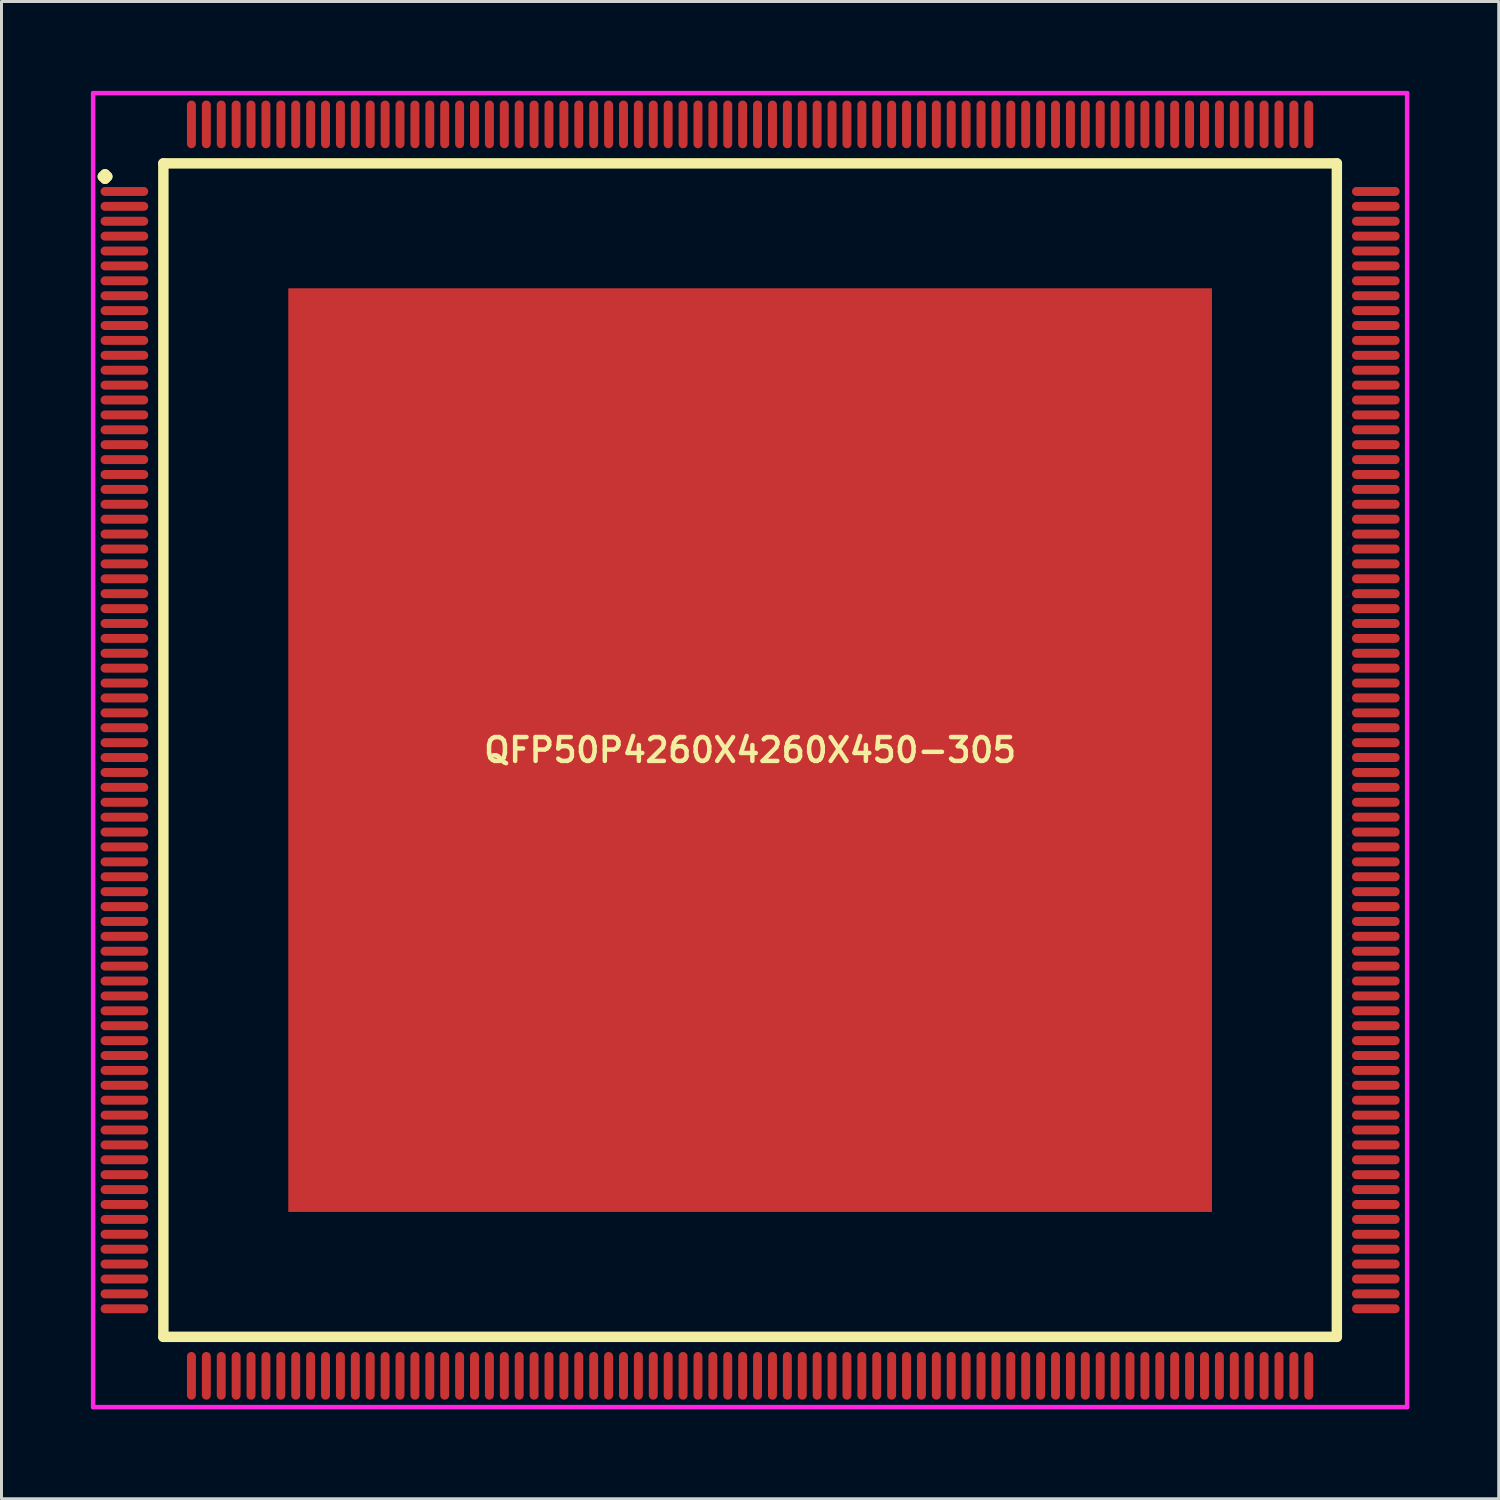
<source format=kicad_pcb>
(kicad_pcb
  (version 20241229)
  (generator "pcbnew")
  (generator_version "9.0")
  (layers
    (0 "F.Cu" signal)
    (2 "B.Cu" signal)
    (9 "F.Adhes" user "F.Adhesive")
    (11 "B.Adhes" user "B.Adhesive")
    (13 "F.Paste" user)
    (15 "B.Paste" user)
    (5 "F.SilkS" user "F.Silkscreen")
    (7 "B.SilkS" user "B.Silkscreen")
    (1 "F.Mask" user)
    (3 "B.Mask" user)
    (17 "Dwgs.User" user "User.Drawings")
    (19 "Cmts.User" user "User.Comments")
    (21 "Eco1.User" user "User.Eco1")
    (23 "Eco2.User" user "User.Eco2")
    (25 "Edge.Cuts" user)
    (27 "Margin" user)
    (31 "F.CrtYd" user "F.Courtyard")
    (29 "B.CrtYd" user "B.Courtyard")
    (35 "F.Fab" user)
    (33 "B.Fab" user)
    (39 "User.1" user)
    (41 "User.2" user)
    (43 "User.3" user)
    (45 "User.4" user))
  (footprint "QFP50P4260X4260X450-305"
    (layer "F.Cu")
    (at 22.125 22.125)
    (property "Reference" "QFP50P4260X4260X450-305" (at 0 0 0) (layer "F.SilkS") (effects (font (size 0.8 0.8) (thickness 0.15))))
    (attr through_hole)
    (fp_line (start -21.725 -19.25) (end -21.65 -19.325) (stroke (width 0.35) (type solid)) (layer "F.SilkS"))
    (fp_line (start -21.65 -19.325) (end -21.575 -19.25) (stroke (width 0.35) (type solid)) (layer "F.SilkS"))
    (fp_line (start -21.65 -19.175) (end -21.725 -19.25) (stroke (width 0.35) (type solid)) (layer "F.SilkS"))
    (fp_line (start -21.575 -19.25) (end -21.65 -19.175) (stroke (width 0.35) (type solid)) (layer "F.SilkS"))
    (fp_line (start -19.692 -19.692) (end -19.692 19.692) (stroke (width 0.35) (type solid)) (layer "F.SilkS"))
    (fp_line (start -19.692 19.692) (end 19.692 19.692) (stroke (width 0.35) (type solid)) (layer "F.SilkS"))
    (fp_line (start 19.692 -19.692) (end -19.692 -19.692) (stroke (width 0.35) (type solid)) (layer "F.SilkS"))
    (fp_line (start 19.692 19.692) (end 19.692 -19.692) (stroke (width 0.35) (type solid)) (layer "F.SilkS"))
    (fp_line (start -22.05 -22.05) (end 22.05 -22.05) (stroke (width 0.15) (type solid)) (layer "F.CrtYd"))
    (fp_line (start -22.05 22.05) (end -22.05 -22.05) (stroke (width 0.15) (type solid)) (layer "F.CrtYd"))
    (fp_line (start 22.05 -22.05) (end 22.05 22.05) (stroke (width 0.15) (type solid)) (layer "F.CrtYd"))
    (fp_line (start 22.05 22.05) (end -22.05 22.05) (stroke (width 0.15) (type solid)) (layer "F.CrtYd"))
    (pad "1" smd oval (at -21 -18.75) (size 1.6 0.3) (layers "F.Cu" "F.Mask" "F.Paste"))
    (pad "2" smd oval (at -21 -18.25) (size 1.6 0.3) (layers "F.Cu" "F.Mask" "F.Paste"))
    (pad "3" smd oval (at -21 -17.75) (size 1.6 0.3) (layers "F.Cu" "F.Mask" "F.Paste"))
    (pad "4" smd oval (at -21 -17.25) (size 1.6 0.3) (layers "F.Cu" "F.Mask" "F.Paste"))
    (pad "5" smd oval (at -21 -16.75) (size 1.6 0.3) (layers "F.Cu" "F.Mask" "F.Paste"))
    (pad "6" smd oval (at -21 -16.25) (size 1.6 0.3) (layers "F.Cu" "F.Mask" "F.Paste"))
    (pad "7" smd oval (at -21 -15.75) (size 1.6 0.3) (layers "F.Cu" "F.Mask" "F.Paste"))
    (pad "8" smd oval (at -21 -15.25) (size 1.6 0.3) (layers "F.Cu" "F.Mask" "F.Paste"))
    (pad "9" smd oval (at -21 -14.75) (size 1.6 0.3) (layers "F.Cu" "F.Mask" "F.Paste"))
    (pad "10" smd oval (at -21 -14.25) (size 1.6 0.3) (layers "F.Cu" "F.Mask" "F.Paste"))
    (pad "11" smd oval (at -21 -13.75) (size 1.6 0.3) (layers "F.Cu" "F.Mask" "F.Paste"))
    (pad "12" smd oval (at -21 -13.25) (size 1.6 0.3) (layers "F.Cu" "F.Mask" "F.Paste"))
    (pad "13" smd oval (at -21 -12.75) (size 1.6 0.3) (layers "F.Cu" "F.Mask" "F.Paste"))
    (pad "14" smd oval (at -21 -12.25) (size 1.6 0.3) (layers "F.Cu" "F.Mask" "F.Paste"))
    (pad "15" smd oval (at -21 -11.75) (size 1.6 0.3) (layers "F.Cu" "F.Mask" "F.Paste"))
    (pad "16" smd oval (at -21 -11.25) (size 1.6 0.3) (layers "F.Cu" "F.Mask" "F.Paste"))
    (pad "17" smd oval (at -21 -10.75) (size 1.6 0.3) (layers "F.Cu" "F.Mask" "F.Paste"))
    (pad "18" smd oval (at -21 -10.25) (size 1.6 0.3) (layers "F.Cu" "F.Mask" "F.Paste"))
    (pad "19" smd oval (at -21 -9.75) (size 1.6 0.3) (layers "F.Cu" "F.Mask" "F.Paste"))
    (pad "20" smd oval (at -21 -9.25) (size 1.6 0.3) (layers "F.Cu" "F.Mask" "F.Paste"))
    (pad "21" smd oval (at -21 -8.75) (size 1.6 0.3) (layers "F.Cu" "F.Mask" "F.Paste"))
    (pad "22" smd oval (at -21 -8.25) (size 1.6 0.3) (layers "F.Cu" "F.Mask" "F.Paste"))
    (pad "23" smd oval (at -21 -7.75) (size 1.6 0.3) (layers "F.Cu" "F.Mask" "F.Paste"))
    (pad "24" smd oval (at -21 -7.25) (size 1.6 0.3) (layers "F.Cu" "F.Mask" "F.Paste"))
    (pad "25" smd oval (at -21 -6.75) (size 1.6 0.3) (layers "F.Cu" "F.Mask" "F.Paste"))
    (pad "26" smd oval (at -21 -6.25) (size 1.6 0.3) (layers "F.Cu" "F.Mask" "F.Paste"))
    (pad "27" smd oval (at -21 -5.75) (size 1.6 0.3) (layers "F.Cu" "F.Mask" "F.Paste"))
    (pad "28" smd oval (at -21 -5.25) (size 1.6 0.3) (layers "F.Cu" "F.Mask" "F.Paste"))
    (pad "29" smd oval (at -21 -4.75) (size 1.6 0.3) (layers "F.Cu" "F.Mask" "F.Paste"))
    (pad "30" smd oval (at -21 -4.25) (size 1.6 0.3) (layers "F.Cu" "F.Mask" "F.Paste"))
    (pad "31" smd oval (at -21 -3.75) (size 1.6 0.3) (layers "F.Cu" "F.Mask" "F.Paste"))
    (pad "32" smd oval (at -21 -3.25) (size 1.6 0.3) (layers "F.Cu" "F.Mask" "F.Paste"))
    (pad "33" smd oval (at -21 -2.75) (size 1.6 0.3) (layers "F.Cu" "F.Mask" "F.Paste"))
    (pad "34" smd oval (at -21 -2.25) (size 1.6 0.3) (layers "F.Cu" "F.Mask" "F.Paste"))
    (pad "35" smd oval (at -21 -1.75) (size 1.6 0.3) (layers "F.Cu" "F.Mask" "F.Paste"))
    (pad "36" smd oval (at -21 -1.25) (size 1.6 0.3) (layers "F.Cu" "F.Mask" "F.Paste"))
    (pad "37" smd oval (at -21 -0.75) (size 1.6 0.3) (layers "F.Cu" "F.Mask" "F.Paste"))
    (pad "38" smd oval (at -21 -0.25) (size 1.6 0.3) (layers "F.Cu" "F.Mask" "F.Paste"))
    (pad "39" smd oval (at -21 0.25) (size 1.6 0.3) (layers "F.Cu" "F.Mask" "F.Paste"))
    (pad "40" smd oval (at -21 0.75) (size 1.6 0.3) (layers "F.Cu" "F.Mask" "F.Paste"))
    (pad "41" smd oval (at -21 1.25) (size 1.6 0.3) (layers "F.Cu" "F.Mask" "F.Paste"))
    (pad "42" smd oval (at -21 1.75) (size 1.6 0.3) (layers "F.Cu" "F.Mask" "F.Paste"))
    (pad "43" smd oval (at -21 2.25) (size 1.6 0.3) (layers "F.Cu" "F.Mask" "F.Paste"))
    (pad "44" smd oval (at -21 2.75) (size 1.6 0.3) (layers "F.Cu" "F.Mask" "F.Paste"))
    (pad "45" smd oval (at -21 3.25) (size 1.6 0.3) (layers "F.Cu" "F.Mask" "F.Paste"))
    (pad "46" smd oval (at -21 3.75) (size 1.6 0.3) (layers "F.Cu" "F.Mask" "F.Paste"))
    (pad "47" smd oval (at -21 4.25) (size 1.6 0.3) (layers "F.Cu" "F.Mask" "F.Paste"))
    (pad "48" smd oval (at -21 4.75) (size 1.6 0.3) (layers "F.Cu" "F.Mask" "F.Paste"))
    (pad "49" smd oval (at -21 5.25) (size 1.6 0.3) (layers "F.Cu" "F.Mask" "F.Paste"))
    (pad "50" smd oval (at -21 5.75) (size 1.6 0.3) (layers "F.Cu" "F.Mask" "F.Paste"))
    (pad "51" smd oval (at -21 6.25) (size 1.6 0.3) (layers "F.Cu" "F.Mask" "F.Paste"))
    (pad "52" smd oval (at -21 6.75) (size 1.6 0.3) (layers "F.Cu" "F.Mask" "F.Paste"))
    (pad "53" smd oval (at -21 7.25) (size 1.6 0.3) (layers "F.Cu" "F.Mask" "F.Paste"))
    (pad "54" smd oval (at -21 7.75) (size 1.6 0.3) (layers "F.Cu" "F.Mask" "F.Paste"))
    (pad "55" smd oval (at -21 8.25) (size 1.6 0.3) (layers "F.Cu" "F.Mask" "F.Paste"))
    (pad "56" smd oval (at -21 8.75) (size 1.6 0.3) (layers "F.Cu" "F.Mask" "F.Paste"))
    (pad "57" smd oval (at -21 9.25) (size 1.6 0.3) (layers "F.Cu" "F.Mask" "F.Paste"))
    (pad "58" smd oval (at -21 9.75) (size 1.6 0.3) (layers "F.Cu" "F.Mask" "F.Paste"))
    (pad "59" smd oval (at -21 10.25) (size 1.6 0.3) (layers "F.Cu" "F.Mask" "F.Paste"))
    (pad "60" smd oval (at -21 10.75) (size 1.6 0.3) (layers "F.Cu" "F.Mask" "F.Paste"))
    (pad "61" smd oval (at -21 11.25) (size 1.6 0.3) (layers "F.Cu" "F.Mask" "F.Paste"))
    (pad "62" smd oval (at -21 11.75) (size 1.6 0.3) (layers "F.Cu" "F.Mask" "F.Paste"))
    (pad "63" smd oval (at -21 12.25) (size 1.6 0.3) (layers "F.Cu" "F.Mask" "F.Paste"))
    (pad "64" smd oval (at -21 12.75) (size 1.6 0.3) (layers "F.Cu" "F.Mask" "F.Paste"))
    (pad "65" smd oval (at -21 13.25) (size 1.6 0.3) (layers "F.Cu" "F.Mask" "F.Paste"))
    (pad "66" smd oval (at -21 13.75) (size 1.6 0.3) (layers "F.Cu" "F.Mask" "F.Paste"))
    (pad "67" smd oval (at -21 14.25) (size 1.6 0.3) (layers "F.Cu" "F.Mask" "F.Paste"))
    (pad "68" smd oval (at -21 14.75) (size 1.6 0.3) (layers "F.Cu" "F.Mask" "F.Paste"))
    (pad "69" smd oval (at -21 15.25) (size 1.6 0.3) (layers "F.Cu" "F.Mask" "F.Paste"))
    (pad "70" smd oval (at -21 15.75) (size 1.6 0.3) (layers "F.Cu" "F.Mask" "F.Paste"))
    (pad "71" smd oval (at -21 16.25) (size 1.6 0.3) (layers "F.Cu" "F.Mask" "F.Paste"))
    (pad "72" smd oval (at -21 16.75) (size 1.6 0.3) (layers "F.Cu" "F.Mask" "F.Paste"))
    (pad "73" smd oval (at -21 17.25) (size 1.6 0.3) (layers "F.Cu" "F.Mask" "F.Paste"))
    (pad "74" smd oval (at -21 17.75) (size 1.6 0.3) (layers "F.Cu" "F.Mask" "F.Paste"))
    (pad "75" smd oval (at -21 18.25) (size 1.6 0.3) (layers "F.Cu" "F.Mask" "F.Paste"))
    (pad "76" smd oval (at -21 18.75) (size 1.6 0.3) (layers "F.Cu" "F.Mask" "F.Paste"))
    (pad "77" smd oval (at -18.75 21) (size 0.3 1.6) (layers "F.Cu" "F.Mask" "F.Paste"))
    (pad "78" smd oval (at -18.25 21) (size 0.3 1.6) (layers "F.Cu" "F.Mask" "F.Paste"))
    (pad "79" smd oval (at -17.75 21) (size 0.3 1.6) (layers "F.Cu" "F.Mask" "F.Paste"))
    (pad "80" smd oval (at -17.25 21) (size 0.3 1.6) (layers "F.Cu" "F.Mask" "F.Paste"))
    (pad "81" smd oval (at -16.75 21) (size 0.3 1.6) (layers "F.Cu" "F.Mask" "F.Paste"))
    (pad "82" smd oval (at -16.25 21) (size 0.3 1.6) (layers "F.Cu" "F.Mask" "F.Paste"))
    (pad "83" smd oval (at -15.75 21) (size 0.3 1.6) (layers "F.Cu" "F.Mask" "F.Paste"))
    (pad "84" smd oval (at -15.25 21) (size 0.3 1.6) (layers "F.Cu" "F.Mask" "F.Paste"))
    (pad "85" smd oval (at -14.75 21) (size 0.3 1.6) (layers "F.Cu" "F.Mask" "F.Paste"))
    (pad "86" smd oval (at -14.25 21) (size 0.3 1.6) (layers "F.Cu" "F.Mask" "F.Paste"))
    (pad "87" smd oval (at -13.75 21) (size 0.3 1.6) (layers "F.Cu" "F.Mask" "F.Paste"))
    (pad "88" smd oval (at -13.25 21) (size 0.3 1.6) (layers "F.Cu" "F.Mask" "F.Paste"))
    (pad "89" smd oval (at -12.75 21) (size 0.3 1.6) (layers "F.Cu" "F.Mask" "F.Paste"))
    (pad "90" smd oval (at -12.25 21) (size 0.3 1.6) (layers "F.Cu" "F.Mask" "F.Paste"))
    (pad "91" smd oval (at -11.75 21) (size 0.3 1.6) (layers "F.Cu" "F.Mask" "F.Paste"))
    (pad "92" smd oval (at -11.25 21) (size 0.3 1.6) (layers "F.Cu" "F.Mask" "F.Paste"))
    (pad "93" smd oval (at -10.75 21) (size 0.3 1.6) (layers "F.Cu" "F.Mask" "F.Paste"))
    (pad "94" smd oval (at -10.25 21) (size 0.3 1.6) (layers "F.Cu" "F.Mask" "F.Paste"))
    (pad "95" smd oval (at -9.75 21) (size 0.3 1.6) (layers "F.Cu" "F.Mask" "F.Paste"))
    (pad "96" smd oval (at -9.25 21) (size 0.3 1.6) (layers "F.Cu" "F.Mask" "F.Paste"))
    (pad "97" smd oval (at -8.75 21) (size 0.3 1.6) (layers "F.Cu" "F.Mask" "F.Paste"))
    (pad "98" smd oval (at -8.25 21) (size 0.3 1.6) (layers "F.Cu" "F.Mask" "F.Paste"))
    (pad "99" smd oval (at -7.75 21) (size 0.3 1.6) (layers "F.Cu" "F.Mask" "F.Paste"))
    (pad "100" smd oval (at -7.25 21) (size 0.3 1.6) (layers "F.Cu" "F.Mask" "F.Paste"))
    (pad "101" smd oval (at -6.75 21) (size 0.3 1.6) (layers "F.Cu" "F.Mask" "F.Paste"))
    (pad "102" smd oval (at -6.25 21) (size 0.3 1.6) (layers "F.Cu" "F.Mask" "F.Paste"))
    (pad "103" smd oval (at -5.75 21) (size 0.3 1.6) (layers "F.Cu" "F.Mask" "F.Paste"))
    (pad "104" smd oval (at -5.25 21) (size 0.3 1.6) (layers "F.Cu" "F.Mask" "F.Paste"))
    (pad "105" smd oval (at -4.75 21) (size 0.3 1.6) (layers "F.Cu" "F.Mask" "F.Paste"))
    (pad "106" smd oval (at -4.25 21) (size 0.3 1.6) (layers "F.Cu" "F.Mask" "F.Paste"))
    (pad "107" smd oval (at -3.75 21) (size 0.3 1.6) (layers "F.Cu" "F.Mask" "F.Paste"))
    (pad "108" smd oval (at -3.25 21) (size 0.3 1.6) (layers "F.Cu" "F.Mask" "F.Paste"))
    (pad "109" smd oval (at -2.75 21) (size 0.3 1.6) (layers "F.Cu" "F.Mask" "F.Paste"))
    (pad "110" smd oval (at -2.25 21) (size 0.3 1.6) (layers "F.Cu" "F.Mask" "F.Paste"))
    (pad "111" smd oval (at -1.75 21) (size 0.3 1.6) (layers "F.Cu" "F.Mask" "F.Paste"))
    (pad "112" smd oval (at -1.25 21) (size 0.3 1.6) (layers "F.Cu" "F.Mask" "F.Paste"))
    (pad "113" smd oval (at -0.75 21) (size 0.3 1.6) (layers "F.Cu" "F.Mask" "F.Paste"))
    (pad "114" smd oval (at -0.25 21) (size 0.3 1.6) (layers "F.Cu" "F.Mask" "F.Paste"))
    (pad "115" smd oval (at 0.25 21) (size 0.3 1.6) (layers "F.Cu" "F.Mask" "F.Paste"))
    (pad "116" smd oval (at 0.75 21) (size 0.3 1.6) (layers "F.Cu" "F.Mask" "F.Paste"))
    (pad "117" smd oval (at 1.25 21) (size 0.3 1.6) (layers "F.Cu" "F.Mask" "F.Paste"))
    (pad "118" smd oval (at 1.75 21) (size 0.3 1.6) (layers "F.Cu" "F.Mask" "F.Paste"))
    (pad "119" smd oval (at 2.25 21) (size 0.3 1.6) (layers "F.Cu" "F.Mask" "F.Paste"))
    (pad "120" smd oval (at 2.75 21) (size 0.3 1.6) (layers "F.Cu" "F.Mask" "F.Paste"))
    (pad "121" smd oval (at 3.25 21) (size 0.3 1.6) (layers "F.Cu" "F.Mask" "F.Paste"))
    (pad "122" smd oval (at 3.75 21) (size 0.3 1.6) (layers "F.Cu" "F.Mask" "F.Paste"))
    (pad "123" smd oval (at 4.25 21) (size 0.3 1.6) (layers "F.Cu" "F.Mask" "F.Paste"))
    (pad "124" smd oval (at 4.75 21) (size 0.3 1.6) (layers "F.Cu" "F.Mask" "F.Paste"))
    (pad "125" smd oval (at 5.25 21) (size 0.3 1.6) (layers "F.Cu" "F.Mask" "F.Paste"))
    (pad "126" smd oval (at 5.75 21) (size 0.3 1.6) (layers "F.Cu" "F.Mask" "F.Paste"))
    (pad "127" smd oval (at 6.25 21) (size 0.3 1.6) (layers "F.Cu" "F.Mask" "F.Paste"))
    (pad "128" smd oval (at 6.75 21) (size 0.3 1.6) (layers "F.Cu" "F.Mask" "F.Paste"))
    (pad "129" smd oval (at 7.25 21) (size 0.3 1.6) (layers "F.Cu" "F.Mask" "F.Paste"))
    (pad "130" smd oval (at 7.75 21) (size 0.3 1.6) (layers "F.Cu" "F.Mask" "F.Paste"))
    (pad "131" smd oval (at 8.25 21) (size 0.3 1.6) (layers "F.Cu" "F.Mask" "F.Paste"))
    (pad "132" smd oval (at 8.75 21) (size 0.3 1.6) (layers "F.Cu" "F.Mask" "F.Paste"))
    (pad "133" smd oval (at 9.25 21) (size 0.3 1.6) (layers "F.Cu" "F.Mask" "F.Paste"))
    (pad "134" smd oval (at 9.75 21) (size 0.3 1.6) (layers "F.Cu" "F.Mask" "F.Paste"))
    (pad "135" smd oval (at 10.25 21) (size 0.3 1.6) (layers "F.Cu" "F.Mask" "F.Paste"))
    (pad "136" smd oval (at 10.75 21) (size 0.3 1.6) (layers "F.Cu" "F.Mask" "F.Paste"))
    (pad "137" smd oval (at 11.25 21) (size 0.3 1.6) (layers "F.Cu" "F.Mask" "F.Paste"))
    (pad "138" smd oval (at 11.75 21) (size 0.3 1.6) (layers "F.Cu" "F.Mask" "F.Paste"))
    (pad "139" smd oval (at 12.25 21) (size 0.3 1.6) (layers "F.Cu" "F.Mask" "F.Paste"))
    (pad "140" smd oval (at 12.75 21) (size 0.3 1.6) (layers "F.Cu" "F.Mask" "F.Paste"))
    (pad "141" smd oval (at 13.25 21) (size 0.3 1.6) (layers "F.Cu" "F.Mask" "F.Paste"))
    (pad "142" smd oval (at 13.75 21) (size 0.3 1.6) (layers "F.Cu" "F.Mask" "F.Paste"))
    (pad "143" smd oval (at 14.25 21) (size 0.3 1.6) (layers "F.Cu" "F.Mask" "F.Paste"))
    (pad "144" smd oval (at 14.75 21) (size 0.3 1.6) (layers "F.Cu" "F.Mask" "F.Paste"))
    (pad "145" smd oval (at 15.25 21) (size 0.3 1.6) (layers "F.Cu" "F.Mask" "F.Paste"))
    (pad "146" smd oval (at 15.75 21) (size 0.3 1.6) (layers "F.Cu" "F.Mask" "F.Paste"))
    (pad "147" smd oval (at 16.25 21) (size 0.3 1.6) (layers "F.Cu" "F.Mask" "F.Paste"))
    (pad "148" smd oval (at 16.75 21) (size 0.3 1.6) (layers "F.Cu" "F.Mask" "F.Paste"))
    (pad "149" smd oval (at 17.25 21) (size 0.3 1.6) (layers "F.Cu" "F.Mask" "F.Paste"))
    (pad "150" smd oval (at 17.75 21) (size 0.3 1.6) (layers "F.Cu" "F.Mask" "F.Paste"))
    (pad "151" smd oval (at 18.25 21) (size 0.3 1.6) (layers "F.Cu" "F.Mask" "F.Paste"))
    (pad "152" smd oval (at 18.75 21) (size 0.3 1.6) (layers "F.Cu" "F.Mask" "F.Paste"))
    (pad "153" smd oval (at 21 18.75) (size 1.6 0.3) (layers "F.Cu" "F.Mask" "F.Paste"))
    (pad "154" smd oval (at 21 18.25) (size 1.6 0.3) (layers "F.Cu" "F.Mask" "F.Paste"))
    (pad "155" smd oval (at 21 17.75) (size 1.6 0.3) (layers "F.Cu" "F.Mask" "F.Paste"))
    (pad "156" smd oval (at 21 17.25) (size 1.6 0.3) (layers "F.Cu" "F.Mask" "F.Paste"))
    (pad "157" smd oval (at 21 16.75) (size 1.6 0.3) (layers "F.Cu" "F.Mask" "F.Paste"))
    (pad "158" smd oval (at 21 16.25) (size 1.6 0.3) (layers "F.Cu" "F.Mask" "F.Paste"))
    (pad "159" smd oval (at 21 15.75) (size 1.6 0.3) (layers "F.Cu" "F.Mask" "F.Paste"))
    (pad "160" smd oval (at 21 15.25) (size 1.6 0.3) (layers "F.Cu" "F.Mask" "F.Paste"))
    (pad "161" smd oval (at 21 14.75) (size 1.6 0.3) (layers "F.Cu" "F.Mask" "F.Paste"))
    (pad "162" smd oval (at 21 14.25) (size 1.6 0.3) (layers "F.Cu" "F.Mask" "F.Paste"))
    (pad "163" smd oval (at 21 13.75) (size 1.6 0.3) (layers "F.Cu" "F.Mask" "F.Paste"))
    (pad "164" smd oval (at 21 13.25) (size 1.6 0.3) (layers "F.Cu" "F.Mask" "F.Paste"))
    (pad "165" smd oval (at 21 12.75) (size 1.6 0.3) (layers "F.Cu" "F.Mask" "F.Paste"))
    (pad "166" smd oval (at 21 12.25) (size 1.6 0.3) (layers "F.Cu" "F.Mask" "F.Paste"))
    (pad "167" smd oval (at 21 11.75) (size 1.6 0.3) (layers "F.Cu" "F.Mask" "F.Paste"))
    (pad "168" smd oval (at 21 11.25) (size 1.6 0.3) (layers "F.Cu" "F.Mask" "F.Paste"))
    (pad "169" smd oval (at 21 10.75) (size 1.6 0.3) (layers "F.Cu" "F.Mask" "F.Paste"))
    (pad "170" smd oval (at 21 10.25) (size 1.6 0.3) (layers "F.Cu" "F.Mask" "F.Paste"))
    (pad "171" smd oval (at 21 9.75) (size 1.6 0.3) (layers "F.Cu" "F.Mask" "F.Paste"))
    (pad "172" smd oval (at 21 9.25) (size 1.6 0.3) (layers "F.Cu" "F.Mask" "F.Paste"))
    (pad "173" smd oval (at 21 8.75) (size 1.6 0.3) (layers "F.Cu" "F.Mask" "F.Paste"))
    (pad "174" smd oval (at 21 8.25) (size 1.6 0.3) (layers "F.Cu" "F.Mask" "F.Paste"))
    (pad "175" smd oval (at 21 7.75) (size 1.6 0.3) (layers "F.Cu" "F.Mask" "F.Paste"))
    (pad "176" smd oval (at 21 7.25) (size 1.6 0.3) (layers "F.Cu" "F.Mask" "F.Paste"))
    (pad "177" smd oval (at 21 6.75) (size 1.6 0.3) (layers "F.Cu" "F.Mask" "F.Paste"))
    (pad "178" smd oval (at 21 6.25) (size 1.6 0.3) (layers "F.Cu" "F.Mask" "F.Paste"))
    (pad "179" smd oval (at 21 5.75) (size 1.6 0.3) (layers "F.Cu" "F.Mask" "F.Paste"))
    (pad "180" smd oval (at 21 5.25) (size 1.6 0.3) (layers "F.Cu" "F.Mask" "F.Paste"))
    (pad "181" smd oval (at 21 4.75) (size 1.6 0.3) (layers "F.Cu" "F.Mask" "F.Paste"))
    (pad "182" smd oval (at 21 4.25) (size 1.6 0.3) (layers "F.Cu" "F.Mask" "F.Paste"))
    (pad "183" smd oval (at 21 3.75) (size 1.6 0.3) (layers "F.Cu" "F.Mask" "F.Paste"))
    (pad "184" smd oval (at 21 3.25) (size 1.6 0.3) (layers "F.Cu" "F.Mask" "F.Paste"))
    (pad "185" smd oval (at 21 2.75) (size 1.6 0.3) (layers "F.Cu" "F.Mask" "F.Paste"))
    (pad "186" smd oval (at 21 2.25) (size 1.6 0.3) (layers "F.Cu" "F.Mask" "F.Paste"))
    (pad "187" smd oval (at 21 1.75) (size 1.6 0.3) (layers "F.Cu" "F.Mask" "F.Paste"))
    (pad "188" smd oval (at 21 1.25) (size 1.6 0.3) (layers "F.Cu" "F.Mask" "F.Paste"))
    (pad "189" smd oval (at 21 0.75) (size 1.6 0.3) (layers "F.Cu" "F.Mask" "F.Paste"))
    (pad "190" smd oval (at 21 0.25) (size 1.6 0.3) (layers "F.Cu" "F.Mask" "F.Paste"))
    (pad "191" smd oval (at 21 -0.25) (size 1.6 0.3) (layers "F.Cu" "F.Mask" "F.Paste"))
    (pad "192" smd oval (at 21 -0.75) (size 1.6 0.3) (layers "F.Cu" "F.Mask" "F.Paste"))
    (pad "193" smd oval (at 21 -1.25) (size 1.6 0.3) (layers "F.Cu" "F.Mask" "F.Paste"))
    (pad "194" smd oval (at 21 -1.75) (size 1.6 0.3) (layers "F.Cu" "F.Mask" "F.Paste"))
    (pad "195" smd oval (at 21 -2.25) (size 1.6 0.3) (layers "F.Cu" "F.Mask" "F.Paste"))
    (pad "196" smd oval (at 21 -2.75) (size 1.6 0.3) (layers "F.Cu" "F.Mask" "F.Paste"))
    (pad "197" smd oval (at 21 -3.25) (size 1.6 0.3) (layers "F.Cu" "F.Mask" "F.Paste"))
    (pad "198" smd oval (at 21 -3.75) (size 1.6 0.3) (layers "F.Cu" "F.Mask" "F.Paste"))
    (pad "199" smd oval (at 21 -4.25) (size 1.6 0.3) (layers "F.Cu" "F.Mask" "F.Paste"))
    (pad "200" smd oval (at 21 -4.75) (size 1.6 0.3) (layers "F.Cu" "F.Mask" "F.Paste"))
    (pad "201" smd oval (at 21 -5.25) (size 1.6 0.3) (layers "F.Cu" "F.Mask" "F.Paste"))
    (pad "202" smd oval (at 21 -5.75) (size 1.6 0.3) (layers "F.Cu" "F.Mask" "F.Paste"))
    (pad "203" smd oval (at 21 -6.25) (size 1.6 0.3) (layers "F.Cu" "F.Mask" "F.Paste"))
    (pad "204" smd oval (at 21 -6.75) (size 1.6 0.3) (layers "F.Cu" "F.Mask" "F.Paste"))
    (pad "205" smd oval (at 21 -7.25) (size 1.6 0.3) (layers "F.Cu" "F.Mask" "F.Paste"))
    (pad "206" smd oval (at 21 -7.75) (size 1.6 0.3) (layers "F.Cu" "F.Mask" "F.Paste"))
    (pad "207" smd oval (at 21 -8.25) (size 1.6 0.3) (layers "F.Cu" "F.Mask" "F.Paste"))
    (pad "208" smd oval (at 21 -8.75) (size 1.6 0.3) (layers "F.Cu" "F.Mask" "F.Paste"))
    (pad "209" smd oval (at 21 -9.25) (size 1.6 0.3) (layers "F.Cu" "F.Mask" "F.Paste"))
    (pad "210" smd oval (at 21 -9.75) (size 1.6 0.3) (layers "F.Cu" "F.Mask" "F.Paste"))
    (pad "211" smd oval (at 21 -10.25) (size 1.6 0.3) (layers "F.Cu" "F.Mask" "F.Paste"))
    (pad "212" smd oval (at 21 -10.75) (size 1.6 0.3) (layers "F.Cu" "F.Mask" "F.Paste"))
    (pad "213" smd oval (at 21 -11.25) (size 1.6 0.3) (layers "F.Cu" "F.Mask" "F.Paste"))
    (pad "214" smd oval (at 21 -11.75) (size 1.6 0.3) (layers "F.Cu" "F.Mask" "F.Paste"))
    (pad "215" smd oval (at 21 -12.25) (size 1.6 0.3) (layers "F.Cu" "F.Mask" "F.Paste"))
    (pad "216" smd oval (at 21 -12.75) (size 1.6 0.3) (layers "F.Cu" "F.Mask" "F.Paste"))
    (pad "217" smd oval (at 21 -13.25) (size 1.6 0.3) (layers "F.Cu" "F.Mask" "F.Paste"))
    (pad "218" smd oval (at 21 -13.75) (size 1.6 0.3) (layers "F.Cu" "F.Mask" "F.Paste"))
    (pad "219" smd oval (at 21 -14.25) (size 1.6 0.3) (layers "F.Cu" "F.Mask" "F.Paste"))
    (pad "220" smd oval (at 21 -14.75) (size 1.6 0.3) (layers "F.Cu" "F.Mask" "F.Paste"))
    (pad "221" smd oval (at 21 -15.25) (size 1.6 0.3) (layers "F.Cu" "F.Mask" "F.Paste"))
    (pad "222" smd oval (at 21 -15.75) (size 1.6 0.3) (layers "F.Cu" "F.Mask" "F.Paste"))
    (pad "223" smd oval (at 21 -16.25) (size 1.6 0.3) (layers "F.Cu" "F.Mask" "F.Paste"))
    (pad "224" smd oval (at 21 -16.75) (size 1.6 0.3) (layers "F.Cu" "F.Mask" "F.Paste"))
    (pad "225" smd oval (at 21 -17.25) (size 1.6 0.3) (layers "F.Cu" "F.Mask" "F.Paste"))
    (pad "226" smd oval (at 21 -17.75) (size 1.6 0.3) (layers "F.Cu" "F.Mask" "F.Paste"))
    (pad "227" smd oval (at 21 -18.25) (size 1.6 0.3) (layers "F.Cu" "F.Mask" "F.Paste"))
    (pad "228" smd oval (at 21 -18.75) (size 1.6 0.3) (layers "F.Cu" "F.Mask" "F.Paste"))
    (pad "229" smd oval (at 18.75 -21) (size 0.3 1.6) (layers "F.Cu" "F.Mask" "F.Paste"))
    (pad "230" smd oval (at 18.25 -21) (size 0.3 1.6) (layers "F.Cu" "F.Mask" "F.Paste"))
    (pad "231" smd oval (at 17.75 -21) (size 0.3 1.6) (layers "F.Cu" "F.Mask" "F.Paste"))
    (pad "232" smd oval (at 17.25 -21) (size 0.3 1.6) (layers "F.Cu" "F.Mask" "F.Paste"))
    (pad "233" smd oval (at 16.75 -21) (size 0.3 1.6) (layers "F.Cu" "F.Mask" "F.Paste"))
    (pad "234" smd oval (at 16.25 -21) (size 0.3 1.6) (layers "F.Cu" "F.Mask" "F.Paste"))
    (pad "235" smd oval (at 15.75 -21) (size 0.3 1.6) (layers "F.Cu" "F.Mask" "F.Paste"))
    (pad "236" smd oval (at 15.25 -21) (size 0.3 1.6) (layers "F.Cu" "F.Mask" "F.Paste"))
    (pad "237" smd oval (at 14.75 -21) (size 0.3 1.6) (layers "F.Cu" "F.Mask" "F.Paste"))
    (pad "238" smd oval (at 14.25 -21) (size 0.3 1.6) (layers "F.Cu" "F.Mask" "F.Paste"))
    (pad "239" smd oval (at 13.75 -21) (size 0.3 1.6) (layers "F.Cu" "F.Mask" "F.Paste"))
    (pad "240" smd oval (at 13.25 -21) (size 0.3 1.6) (layers "F.Cu" "F.Mask" "F.Paste"))
    (pad "241" smd oval (at 12.75 -21) (size 0.3 1.6) (layers "F.Cu" "F.Mask" "F.Paste"))
    (pad "242" smd oval (at 12.25 -21) (size 0.3 1.6) (layers "F.Cu" "F.Mask" "F.Paste"))
    (pad "243" smd oval (at 11.75 -21) (size 0.3 1.6) (layers "F.Cu" "F.Mask" "F.Paste"))
    (pad "244" smd oval (at 11.25 -21) (size 0.3 1.6) (layers "F.Cu" "F.Mask" "F.Paste"))
    (pad "245" smd oval (at 10.75 -21) (size 0.3 1.6) (layers "F.Cu" "F.Mask" "F.Paste"))
    (pad "246" smd oval (at 10.25 -21) (size 0.3 1.6) (layers "F.Cu" "F.Mask" "F.Paste"))
    (pad "247" smd oval (at 9.75 -21) (size 0.3 1.6) (layers "F.Cu" "F.Mask" "F.Paste"))
    (pad "248" smd oval (at 9.25 -21) (size 0.3 1.6) (layers "F.Cu" "F.Mask" "F.Paste"))
    (pad "249" smd oval (at 8.75 -21) (size 0.3 1.6) (layers "F.Cu" "F.Mask" "F.Paste"))
    (pad "250" smd oval (at 8.25 -21) (size 0.3 1.6) (layers "F.Cu" "F.Mask" "F.Paste"))
    (pad "251" smd oval (at 7.75 -21) (size 0.3 1.6) (layers "F.Cu" "F.Mask" "F.Paste"))
    (pad "252" smd oval (at 7.25 -21) (size 0.3 1.6) (layers "F.Cu" "F.Mask" "F.Paste"))
    (pad "253" smd oval (at 6.75 -21) (size 0.3 1.6) (layers "F.Cu" "F.Mask" "F.Paste"))
    (pad "254" smd oval (at 6.25 -21) (size 0.3 1.6) (layers "F.Cu" "F.Mask" "F.Paste"))
    (pad "255" smd oval (at 5.75 -21) (size 0.3 1.6) (layers "F.Cu" "F.Mask" "F.Paste"))
    (pad "256" smd oval (at 5.25 -21) (size 0.3 1.6) (layers "F.Cu" "F.Mask" "F.Paste"))
    (pad "257" smd oval (at 4.75 -21) (size 0.3 1.6) (layers "F.Cu" "F.Mask" "F.Paste"))
    (pad "258" smd oval (at 4.25 -21) (size 0.3 1.6) (layers "F.Cu" "F.Mask" "F.Paste"))
    (pad "259" smd oval (at 3.75 -21) (size 0.3 1.6) (layers "F.Cu" "F.Mask" "F.Paste"))
    (pad "260" smd oval (at 3.25 -21) (size 0.3 1.6) (layers "F.Cu" "F.Mask" "F.Paste"))
    (pad "261" smd oval (at 2.75 -21) (size 0.3 1.6) (layers "F.Cu" "F.Mask" "F.Paste"))
    (pad "262" smd oval (at 2.25 -21) (size 0.3 1.6) (layers "F.Cu" "F.Mask" "F.Paste"))
    (pad "263" smd oval (at 1.75 -21) (size 0.3 1.6) (layers "F.Cu" "F.Mask" "F.Paste"))
    (pad "264" smd oval (at 1.25 -21) (size 0.3 1.6) (layers "F.Cu" "F.Mask" "F.Paste"))
    (pad "265" smd oval (at 0.75 -21) (size 0.3 1.6) (layers "F.Cu" "F.Mask" "F.Paste"))
    (pad "266" smd oval (at 0.25 -21) (size 0.3 1.6) (layers "F.Cu" "F.Mask" "F.Paste"))
    (pad "267" smd oval (at -0.25 -21) (size 0.3 1.6) (layers "F.Cu" "F.Mask" "F.Paste"))
    (pad "268" smd oval (at -0.75 -21) (size 0.3 1.6) (layers "F.Cu" "F.Mask" "F.Paste"))
    (pad "269" smd oval (at -1.25 -21) (size 0.3 1.6) (layers "F.Cu" "F.Mask" "F.Paste"))
    (pad "270" smd oval (at -1.75 -21) (size 0.3 1.6) (layers "F.Cu" "F.Mask" "F.Paste"))
    (pad "271" smd oval (at -2.25 -21) (size 0.3 1.6) (layers "F.Cu" "F.Mask" "F.Paste"))
    (pad "272" smd oval (at -2.75 -21) (size 0.3 1.6) (layers "F.Cu" "F.Mask" "F.Paste"))
    (pad "273" smd oval (at -3.25 -21) (size 0.3 1.6) (layers "F.Cu" "F.Mask" "F.Paste"))
    (pad "274" smd oval (at -3.75 -21) (size 0.3 1.6) (layers "F.Cu" "F.Mask" "F.Paste"))
    (pad "275" smd oval (at -4.25 -21) (size 0.3 1.6) (layers "F.Cu" "F.Mask" "F.Paste"))
    (pad "276" smd oval (at -4.75 -21) (size 0.3 1.6) (layers "F.Cu" "F.Mask" "F.Paste"))
    (pad "277" smd oval (at -5.25 -21) (size 0.3 1.6) (layers "F.Cu" "F.Mask" "F.Paste"))
    (pad "278" smd oval (at -5.75 -21) (size 0.3 1.6) (layers "F.Cu" "F.Mask" "F.Paste"))
    (pad "279" smd oval (at -6.25 -21) (size 0.3 1.6) (layers "F.Cu" "F.Mask" "F.Paste"))
    (pad "280" smd oval (at -6.75 -21) (size 0.3 1.6) (layers "F.Cu" "F.Mask" "F.Paste"))
    (pad "281" smd oval (at -7.25 -21) (size 0.3 1.6) (layers "F.Cu" "F.Mask" "F.Paste"))
    (pad "282" smd oval (at -7.75 -21) (size 0.3 1.6) (layers "F.Cu" "F.Mask" "F.Paste"))
    (pad "283" smd oval (at -8.25 -21) (size 0.3 1.6) (layers "F.Cu" "F.Mask" "F.Paste"))
    (pad "284" smd oval (at -8.75 -21) (size 0.3 1.6) (layers "F.Cu" "F.Mask" "F.Paste"))
    (pad "285" smd oval (at -9.25 -21) (size 0.3 1.6) (layers "F.Cu" "F.Mask" "F.Paste"))
    (pad "286" smd oval (at -9.75 -21) (size 0.3 1.6) (layers "F.Cu" "F.Mask" "F.Paste"))
    (pad "287" smd oval (at -10.25 -21) (size 0.3 1.6) (layers "F.Cu" "F.Mask" "F.Paste"))
    (pad "288" smd oval (at -10.75 -21) (size 0.3 1.6) (layers "F.Cu" "F.Mask" "F.Paste"))
    (pad "289" smd oval (at -11.25 -21) (size 0.3 1.6) (layers "F.Cu" "F.Mask" "F.Paste"))
    (pad "290" smd oval (at -11.75 -21) (size 0.3 1.6) (layers "F.Cu" "F.Mask" "F.Paste"))
    (pad "291" smd oval (at -12.25 -21) (size 0.3 1.6) (layers "F.Cu" "F.Mask" "F.Paste"))
    (pad "292" smd oval (at -12.75 -21) (size 0.3 1.6) (layers "F.Cu" "F.Mask" "F.Paste"))
    (pad "293" smd oval (at -13.25 -21) (size 0.3 1.6) (layers "F.Cu" "F.Mask" "F.Paste"))
    (pad "294" smd oval (at -13.75 -21) (size 0.3 1.6) (layers "F.Cu" "F.Mask" "F.Paste"))
    (pad "295" smd oval (at -14.25 -21) (size 0.3 1.6) (layers "F.Cu" "F.Mask" "F.Paste"))
    (pad "296" smd oval (at -14.75 -21) (size 0.3 1.6) (layers "F.Cu" "F.Mask" "F.Paste"))
    (pad "297" smd oval (at -15.25 -21) (size 0.3 1.6) (layers "F.Cu" "F.Mask" "F.Paste"))
    (pad "298" smd oval (at -15.75 -21) (size 0.3 1.6) (layers "F.Cu" "F.Mask" "F.Paste"))
    (pad "299" smd oval (at -16.25 -21) (size 0.3 1.6) (layers "F.Cu" "F.Mask" "F.Paste"))
    (pad "300" smd oval (at -16.75 -21) (size 0.3 1.6) (layers "F.Cu" "F.Mask" "F.Paste"))
    (pad "301" smd oval (at -17.25 -21) (size 0.3 1.6) (layers "F.Cu" "F.Mask" "F.Paste"))
    (pad "302" smd oval (at -17.75 -21) (size 0.3 1.6) (layers "F.Cu" "F.Mask" "F.Paste"))
    (pad "303" smd oval (at -18.25 -21) (size 0.3 1.6) (layers "F.Cu" "F.Mask" "F.Paste"))
    (pad "304" smd oval (at -18.75 -21) (size 0.3 1.6) (layers "F.Cu" "F.Mask" "F.Paste"))
    (pad "305" smd rect (at 0 0) (size 31 31) (layers "F.Cu" "F.Mask" "F.Paste")))
  (gr_rect
    (start -3 -3)
    (end 47.25 47.25)
    (stroke (width 0.1) (type default))
    (fill no)
    (layer "Edge.Cuts")))
</source>
